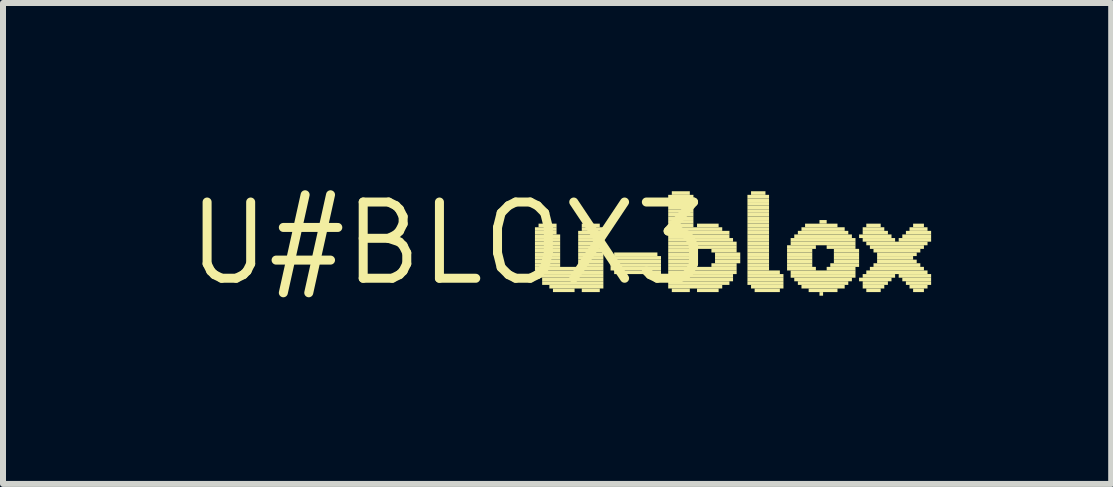
<source format=kicad_pcb>
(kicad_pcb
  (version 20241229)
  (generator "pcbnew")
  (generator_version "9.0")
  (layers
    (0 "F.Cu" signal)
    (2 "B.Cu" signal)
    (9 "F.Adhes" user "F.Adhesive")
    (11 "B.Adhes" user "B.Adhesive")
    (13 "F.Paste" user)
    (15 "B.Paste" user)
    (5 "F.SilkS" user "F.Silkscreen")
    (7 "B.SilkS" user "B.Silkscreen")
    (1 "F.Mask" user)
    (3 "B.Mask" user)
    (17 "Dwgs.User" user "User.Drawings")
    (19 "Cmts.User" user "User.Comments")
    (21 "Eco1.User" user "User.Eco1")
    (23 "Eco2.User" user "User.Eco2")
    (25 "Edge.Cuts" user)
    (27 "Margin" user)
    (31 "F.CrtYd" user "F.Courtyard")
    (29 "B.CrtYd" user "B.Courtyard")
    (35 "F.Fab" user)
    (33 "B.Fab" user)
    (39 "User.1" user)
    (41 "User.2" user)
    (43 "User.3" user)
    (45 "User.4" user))
  (footprint "U#BLOX3"
    (layer "F.Cu")
    (at 4.422 1.006)
    (property "Reference" "U#BLOX3" (at 0 0 0) (layer "F.SilkS") (effects (font (size 1.27 1.27) (thickness 0.15))))
    (fp_poly (pts (xy 1.44 -0.21) (xy 1.8 -0.21) (xy 1.8 -0.27) (xy 1.44 -0.27)) (stroke (width 0) (type solid)) (fill yes) (layer "F.SilkS"))
    (fp_poly (pts (xy 1.44 -0.15) (xy 1.8 -0.15) (xy 1.8 -0.21) (xy 1.44 -0.21)) (stroke (width 0) (type solid)) (fill yes) (layer "F.SilkS"))
    (fp_poly (pts (xy 1.44 -0.09) (xy 1.86 -0.09) (xy 1.86 -0.15) (xy 1.44 -0.15)) (stroke (width 0) (type solid)) (fill yes) (layer "F.SilkS"))
    (fp_poly (pts (xy 1.44 -0.03) (xy 1.86 -0.03) (xy 1.86 -0.09) (xy 1.44 -0.09)) (stroke (width 0) (type solid)) (fill yes) (layer "F.SilkS"))
    (fp_poly (pts (xy 1.44 0.03) (xy 1.86 0.03) (xy 1.86 -0.03) (xy 1.44 -0.03)) (stroke (width 0) (type solid)) (fill yes) (layer "F.SilkS"))
    (fp_poly (pts (xy 1.44 0.09) (xy 1.86 0.09) (xy 1.86 0.03) (xy 1.44 0.03)) (stroke (width 0) (type solid)) (fill yes) (layer "F.SilkS"))
    (fp_poly (pts (xy 1.44 0.15) (xy 1.86 0.15) (xy 1.86 0.09) (xy 1.44 0.09)) (stroke (width 0) (type solid)) (fill yes) (layer "F.SilkS"))
    (fp_poly (pts (xy 1.44 0.21) (xy 1.86 0.21) (xy 1.86 0.15) (xy 1.44 0.15)) (stroke (width 0) (type solid)) (fill yes) (layer "F.SilkS"))
    (fp_poly (pts (xy 1.44 0.27) (xy 1.86 0.27) (xy 1.86 0.21) (xy 1.44 0.21)) (stroke (width 0) (type solid)) (fill yes) (layer "F.SilkS"))
    (fp_poly (pts (xy 1.44 0.33) (xy 1.86 0.33) (xy 1.86 0.27) (xy 1.44 0.27)) (stroke (width 0) (type solid)) (fill yes) (layer "F.SilkS"))
    (fp_poly (pts (xy 1.44 0.39) (xy 1.86 0.39) (xy 1.86 0.33) (xy 1.44 0.33)) (stroke (width 0) (type solid)) (fill yes) (layer "F.SilkS"))
    (fp_poly (pts (xy 1.44 0.45) (xy 2.58 0.45) (xy 2.58 0.39) (xy 1.44 0.39)) (stroke (width 0) (type solid)) (fill yes) (layer "F.SilkS"))
    (fp_poly (pts (xy 1.5 -0.27) (xy 1.8 -0.27) (xy 1.8 -0.33) (xy 1.5 -0.33)) (stroke (width 0) (type solid)) (fill yes) (layer "F.SilkS"))
    (fp_poly (pts (xy 1.5 0.51) (xy 2.58 0.51) (xy 2.58 0.45) (xy 1.5 0.45)) (stroke (width 0) (type solid)) (fill yes) (layer "F.SilkS"))
    (fp_poly (pts (xy 1.5 0.57) (xy 2.58 0.57) (xy 2.58 0.51) (xy 1.5 0.51)) (stroke (width 0) (type solid)) (fill yes) (layer "F.SilkS"))
    (fp_poly (pts (xy 1.56 0.63) (xy 2.58 0.63) (xy 2.58 0.57) (xy 1.56 0.57)) (stroke (width 0) (type solid)) (fill yes) (layer "F.SilkS"))
    (fp_poly (pts (xy 1.56 0.69) (xy 2.58 0.69) (xy 2.58 0.63) (xy 1.56 0.63)) (stroke (width 0) (type solid)) (fill yes) (layer "F.SilkS"))
    (fp_poly (pts (xy 1.68 0.75) (xy 2.58 0.75) (xy 2.58 0.69) (xy 1.68 0.69)) (stroke (width 0) (type solid)) (fill yes) (layer "F.SilkS"))
    (fp_poly (pts (xy 1.74 0.81) (xy 2.1 0.81) (xy 2.1 0.75) (xy 1.74 0.75)) (stroke (width 0) (type solid)) (fill yes) (layer "F.SilkS"))
    (fp_poly (pts (xy 2.16 -0.15) (xy 2.58 -0.15) (xy 2.58 -0.21) (xy 2.16 -0.21)) (stroke (width 0) (type solid)) (fill yes) (layer "F.SilkS"))
    (fp_poly (pts (xy 2.16 -0.09) (xy 2.58 -0.09) (xy 2.58 -0.15) (xy 2.16 -0.15)) (stroke (width 0) (type solid)) (fill yes) (layer "F.SilkS"))
    (fp_poly (pts (xy 2.16 -0.03) (xy 2.58 -0.03) (xy 2.58 -0.09) (xy 2.16 -0.09)) (stroke (width 0) (type solid)) (fill yes) (layer "F.SilkS"))
    (fp_poly (pts (xy 2.16 0.03) (xy 2.58 0.03) (xy 2.58 -0.03) (xy 2.16 -0.03)) (stroke (width 0) (type solid)) (fill yes) (layer "F.SilkS"))
    (fp_poly (pts (xy 2.16 0.09) (xy 2.58 0.09) (xy 2.58 0.03) (xy 2.16 0.03)) (stroke (width 0) (type solid)) (fill yes) (layer "F.SilkS"))
    (fp_poly (pts (xy 2.16 0.15) (xy 2.58 0.15) (xy 2.58 0.09) (xy 2.16 0.09)) (stroke (width 0) (type solid)) (fill yes) (layer "F.SilkS"))
    (fp_poly (pts (xy 2.16 0.21) (xy 2.58 0.21) (xy 2.58 0.15) (xy 2.16 0.15)) (stroke (width 0) (type solid)) (fill yes) (layer "F.SilkS"))
    (fp_poly (pts (xy 2.16 0.27) (xy 2.58 0.27) (xy 2.58 0.21) (xy 2.16 0.21)) (stroke (width 0) (type solid)) (fill yes) (layer "F.SilkS"))
    (fp_poly (pts (xy 2.16 0.33) (xy 2.58 0.33) (xy 2.58 0.27) (xy 2.16 0.27)) (stroke (width 0) (type solid)) (fill yes) (layer "F.SilkS"))
    (fp_poly (pts (xy 2.16 0.39) (xy 2.58 0.39) (xy 2.58 0.33) (xy 2.16 0.33)) (stroke (width 0) (type solid)) (fill yes) (layer "F.SilkS"))
    (fp_poly (pts (xy 2.22 -0.27) (xy 2.52 -0.27) (xy 2.52 -0.33) (xy 2.22 -0.33)) (stroke (width 0) (type solid)) (fill yes) (layer "F.SilkS"))
    (fp_poly (pts (xy 2.22 -0.21) (xy 2.58 -0.21) (xy 2.58 -0.27) (xy 2.22 -0.27)) (stroke (width 0) (type solid)) (fill yes) (layer "F.SilkS"))
    (fp_poly (pts (xy 2.22 0.81) (xy 2.52 0.81) (xy 2.52 0.75) (xy 2.22 0.75)) (stroke (width 0) (type solid)) (fill yes) (layer "F.SilkS"))
    (fp_poly (pts (xy 2.7 0.27) (xy 3.54 0.27) (xy 3.54 0.21) (xy 2.7 0.21)) (stroke (width 0) (type solid)) (fill yes) (layer "F.SilkS"))
    (fp_poly (pts (xy 2.7 0.33) (xy 3.54 0.33) (xy 3.54 0.27) (xy 2.7 0.27)) (stroke (width 0) (type solid)) (fill yes) (layer "F.SilkS"))
    (fp_poly (pts (xy 2.7 0.39) (xy 3.54 0.39) (xy 3.54 0.33) (xy 2.7 0.33)) (stroke (width 0) (type solid)) (fill yes) (layer "F.SilkS"))
    (fp_poly (pts (xy 2.7 0.45) (xy 3.54 0.45) (xy 3.54 0.39) (xy 2.7 0.39)) (stroke (width 0) (type solid)) (fill yes) (layer "F.SilkS"))
    (fp_poly (pts (xy 2.76 0.21) (xy 3.48 0.21) (xy 3.48 0.15) (xy 2.76 0.15)) (stroke (width 0) (type solid)) (fill yes) (layer "F.SilkS"))
    (fp_poly (pts (xy 2.76 0.51) (xy 3.54 0.51) (xy 3.54 0.45) (xy 2.76 0.45)) (stroke (width 0) (type solid)) (fill yes) (layer "F.SilkS"))
    (fp_poly (pts (xy 3.66 -0.75) (xy 4.08 -0.75) (xy 4.08 -0.81) (xy 3.66 -0.81)) (stroke (width 0) (type solid)) (fill yes) (layer "F.SilkS"))
    (fp_poly (pts (xy 3.66 -0.69) (xy 4.08 -0.69) (xy 4.08 -0.75) (xy 3.66 -0.75)) (stroke (width 0) (type solid)) (fill yes) (layer "F.SilkS"))
    (fp_poly (pts (xy 3.66 -0.63) (xy 4.08 -0.63) (xy 4.08 -0.69) (xy 3.66 -0.69)) (stroke (width 0) (type solid)) (fill yes) (layer "F.SilkS"))
    (fp_poly (pts (xy 3.66 -0.57) (xy 4.08 -0.57) (xy 4.08 -0.63) (xy 3.66 -0.63)) (stroke (width 0) (type solid)) (fill yes) (layer "F.SilkS"))
    (fp_poly (pts (xy 3.66 -0.51) (xy 4.08 -0.51) (xy 4.08 -0.57) (xy 3.66 -0.57)) (stroke (width 0) (type solid)) (fill yes) (layer "F.SilkS"))
    (fp_poly (pts (xy 3.66 -0.45) (xy 4.08 -0.45) (xy 4.08 -0.51) (xy 3.66 -0.51)) (stroke (width 0) (type solid)) (fill yes) (layer "F.SilkS"))
    (fp_poly (pts (xy 3.66 -0.39) (xy 4.08 -0.39) (xy 4.08 -0.45) (xy 3.66 -0.45)) (stroke (width 0) (type solid)) (fill yes) (layer "F.SilkS"))
    (fp_poly (pts (xy 3.66 -0.33) (xy 4.08 -0.33) (xy 4.08 -0.39) (xy 3.66 -0.39)) (stroke (width 0) (type solid)) (fill yes) (layer "F.SilkS"))
    (fp_poly (pts (xy 3.66 -0.27) (xy 4.08 -0.27) (xy 4.08 -0.33) (xy 3.66 -0.33)) (stroke (width 0) (type solid)) (fill yes) (layer "F.SilkS"))
    (fp_poly (pts (xy 3.66 -0.21) (xy 4.56 -0.21) (xy 4.56 -0.27) (xy 3.66 -0.27)) (stroke (width 0) (type solid)) (fill yes) (layer "F.SilkS"))
    (fp_poly (pts (xy 3.66 -0.15) (xy 4.68 -0.15) (xy 4.68 -0.21) (xy 3.66 -0.21)) (stroke (width 0) (type solid)) (fill yes) (layer "F.SilkS"))
    (fp_poly (pts (xy 3.66 -0.09) (xy 4.68 -0.09) (xy 4.68 -0.15) (xy 3.66 -0.15)) (stroke (width 0) (type solid)) (fill yes) (layer "F.SilkS"))
    (fp_poly (pts (xy 3.66 -0.03) (xy 4.74 -0.03) (xy 4.74 -0.09) (xy 3.66 -0.09)) (stroke (width 0) (type solid)) (fill yes) (layer "F.SilkS"))
    (fp_poly (pts (xy 3.66 0.03) (xy 4.8 0.03) (xy 4.8 -0.03) (xy 3.66 -0.03)) (stroke (width 0) (type solid)) (fill yes) (layer "F.SilkS"))
    (fp_poly (pts (xy 3.66 0.09) (xy 4.8 0.09) (xy 4.8 0.03) (xy 3.66 0.03)) (stroke (width 0) (type solid)) (fill yes) (layer "F.SilkS"))
    (fp_poly (pts (xy 3.66 0.15) (xy 4.14 0.15) (xy 4.14 0.09) (xy 3.66 0.09)) (stroke (width 0) (type solid)) (fill yes) (layer "F.SilkS"))
    (fp_poly (pts (xy 3.66 0.21) (xy 4.08 0.21) (xy 4.08 0.15) (xy 3.66 0.15)) (stroke (width 0) (type solid)) (fill yes) (layer "F.SilkS"))
    (fp_poly (pts (xy 3.66 0.27) (xy 4.08 0.27) (xy 4.08 0.21) (xy 3.66 0.21)) (stroke (width 0) (type solid)) (fill yes) (layer "F.SilkS"))
    (fp_poly (pts (xy 3.66 0.33) (xy 4.08 0.33) (xy 4.08 0.27) (xy 3.66 0.27)) (stroke (width 0) (type solid)) (fill yes) (layer "F.SilkS"))
    (fp_poly (pts (xy 3.66 0.39) (xy 4.14 0.39) (xy 4.14 0.33) (xy 3.66 0.33)) (stroke (width 0) (type solid)) (fill yes) (layer "F.SilkS"))
    (fp_poly (pts (xy 3.66 0.45) (xy 4.8 0.45) (xy 4.8 0.39) (xy 3.66 0.39)) (stroke (width 0) (type solid)) (fill yes) (layer "F.SilkS"))
    (fp_poly (pts (xy 3.66 0.51) (xy 4.8 0.51) (xy 4.8 0.45) (xy 3.66 0.45)) (stroke (width 0) (type solid)) (fill yes) (layer "F.SilkS"))
    (fp_poly (pts (xy 3.66 0.57) (xy 4.74 0.57) (xy 4.74 0.51) (xy 3.66 0.51)) (stroke (width 0) (type solid)) (fill yes) (layer "F.SilkS"))
    (fp_poly (pts (xy 3.66 0.63) (xy 4.74 0.63) (xy 4.74 0.57) (xy 3.66 0.57)) (stroke (width 0) (type solid)) (fill yes) (layer "F.SilkS"))
    (fp_poly (pts (xy 3.66 0.69) (xy 4.68 0.69) (xy 4.68 0.63) (xy 3.66 0.63)) (stroke (width 0) (type solid)) (fill yes) (layer "F.SilkS"))
    (fp_poly (pts (xy 3.66 0.75) (xy 4.56 0.75) (xy 4.56 0.69) (xy 3.66 0.69)) (stroke (width 0) (type solid)) (fill yes) (layer "F.SilkS"))
    (fp_poly (pts (xy 3.72 -0.81) (xy 4.02 -0.81) (xy 4.02 -0.87) (xy 3.72 -0.87)) (stroke (width 0) (type solid)) (fill yes) (layer "F.SilkS"))
    (fp_poly (pts (xy 3.72 0.81) (xy 4.02 0.81) (xy 4.02 0.75) (xy 3.72 0.75)) (stroke (width 0) (type solid)) (fill yes) (layer "F.SilkS"))
    (fp_poly (pts (xy 4.14 -0.27) (xy 4.5 -0.27) (xy 4.5 -0.33) (xy 4.14 -0.33)) (stroke (width 0) (type solid)) (fill yes) (layer "F.SilkS"))
    (fp_poly (pts (xy 4.14 0.81) (xy 4.5 0.81) (xy 4.5 0.75) (xy 4.14 0.75)) (stroke (width 0) (type solid)) (fill yes) (layer "F.SilkS"))
    (fp_poly (pts (xy 4.38 0.15) (xy 4.8 0.15) (xy 4.8 0.09) (xy 4.38 0.09)) (stroke (width 0) (type solid)) (fill yes) (layer "F.SilkS"))
    (fp_poly (pts (xy 4.38 0.39) (xy 4.8 0.39) (xy 4.8 0.33) (xy 4.38 0.33)) (stroke (width 0) (type solid)) (fill yes) (layer "F.SilkS"))
    (fp_poly (pts (xy 4.44 0.21) (xy 4.86 0.21) (xy 4.86 0.15) (xy 4.44 0.15)) (stroke (width 0) (type solid)) (fill yes) (layer "F.SilkS"))
    (fp_poly (pts (xy 4.44 0.27) (xy 4.86 0.27) (xy 4.86 0.21) (xy 4.44 0.21)) (stroke (width 0) (type solid)) (fill yes) (layer "F.SilkS"))
    (fp_poly (pts (xy 4.44 0.33) (xy 4.86 0.33) (xy 4.86 0.27) (xy 4.44 0.27)) (stroke (width 0) (type solid)) (fill yes) (layer "F.SilkS"))
    (fp_poly (pts (xy 4.98 -0.75) (xy 5.34 -0.75) (xy 5.34 -0.81) (xy 4.98 -0.81)) (stroke (width 0) (type solid)) (fill yes) (layer "F.SilkS"))
    (fp_poly (pts (xy 4.98 -0.69) (xy 5.34 -0.69) (xy 5.34 -0.75) (xy 4.98 -0.75)) (stroke (width 0) (type solid)) (fill yes) (layer "F.SilkS"))
    (fp_poly (pts (xy 4.98 -0.63) (xy 5.34 -0.63) (xy 5.34 -0.69) (xy 4.98 -0.69)) (stroke (width 0) (type solid)) (fill yes) (layer "F.SilkS"))
    (fp_poly (pts (xy 4.98 -0.57) (xy 5.34 -0.57) (xy 5.34 -0.63) (xy 4.98 -0.63)) (stroke (width 0) (type solid)) (fill yes) (layer "F.SilkS"))
    (fp_poly (pts (xy 4.98 -0.51) (xy 5.34 -0.51) (xy 5.34 -0.57) (xy 4.98 -0.57)) (stroke (width 0) (type solid)) (fill yes) (layer "F.SilkS"))
    (fp_poly (pts (xy 4.98 -0.45) (xy 5.34 -0.45) (xy 5.34 -0.51) (xy 4.98 -0.51)) (stroke (width 0) (type solid)) (fill yes) (layer "F.SilkS"))
    (fp_poly (pts (xy 4.98 -0.39) (xy 5.34 -0.39) (xy 5.34 -0.45) (xy 4.98 -0.45)) (stroke (width 0) (type solid)) (fill yes) (layer "F.SilkS"))
    (fp_poly (pts (xy 4.98 -0.33) (xy 5.34 -0.33) (xy 5.34 -0.39) (xy 4.98 -0.39)) (stroke (width 0) (type solid)) (fill yes) (layer "F.SilkS"))
    (fp_poly (pts (xy 4.98 -0.27) (xy 5.34 -0.27) (xy 5.34 -0.33) (xy 4.98 -0.33)) (stroke (width 0) (type solid)) (fill yes) (layer "F.SilkS"))
    (fp_poly (pts (xy 4.98 -0.21) (xy 5.34 -0.21) (xy 5.34 -0.27) (xy 4.98 -0.27)) (stroke (width 0) (type solid)) (fill yes) (layer "F.SilkS"))
    (fp_poly (pts (xy 4.98 -0.15) (xy 5.34 -0.15) (xy 5.34 -0.21) (xy 4.98 -0.21)) (stroke (width 0) (type solid)) (fill yes) (layer "F.SilkS"))
    (fp_poly (pts (xy 4.98 -0.09) (xy 5.34 -0.09) (xy 5.34 -0.15) (xy 4.98 -0.15)) (stroke (width 0) (type solid)) (fill yes) (layer "F.SilkS"))
    (fp_poly (pts (xy 4.98 -0.03) (xy 5.34 -0.03) (xy 5.34 -0.09) (xy 4.98 -0.09)) (stroke (width 0) (type solid)) (fill yes) (layer "F.SilkS"))
    (fp_poly (pts (xy 4.98 0.03) (xy 5.34 0.03) (xy 5.34 -0.03) (xy 4.98 -0.03)) (stroke (width 0) (type solid)) (fill yes) (layer "F.SilkS"))
    (fp_poly (pts (xy 4.98 0.09) (xy 5.34 0.09) (xy 5.34 0.03) (xy 4.98 0.03)) (stroke (width 0) (type solid)) (fill yes) (layer "F.SilkS"))
    (fp_poly (pts (xy 4.98 0.15) (xy 5.34 0.15) (xy 5.34 0.09) (xy 4.98 0.09)) (stroke (width 0) (type solid)) (fill yes) (layer "F.SilkS"))
    (fp_poly (pts (xy 4.98 0.21) (xy 5.34 0.21) (xy 5.34 0.15) (xy 4.98 0.15)) (stroke (width 0) (type solid)) (fill yes) (layer "F.SilkS"))
    (fp_poly (pts (xy 4.98 0.27) (xy 5.34 0.27) (xy 5.34 0.21) (xy 4.98 0.21)) (stroke (width 0) (type solid)) (fill yes) (layer "F.SilkS"))
    (fp_poly (pts (xy 4.98 0.33) (xy 5.34 0.33) (xy 5.34 0.27) (xy 4.98 0.27)) (stroke (width 0) (type solid)) (fill yes) (layer "F.SilkS"))
    (fp_poly (pts (xy 4.98 0.39) (xy 5.34 0.39) (xy 5.34 0.33) (xy 4.98 0.33)) (stroke (width 0) (type solid)) (fill yes) (layer "F.SilkS"))
    (fp_poly (pts (xy 4.98 0.45) (xy 5.34 0.45) (xy 5.34 0.39) (xy 4.98 0.39)) (stroke (width 0) (type solid)) (fill yes) (layer "F.SilkS"))
    (fp_poly (pts (xy 4.98 0.51) (xy 5.52 0.51) (xy 5.52 0.45) (xy 4.98 0.45)) (stroke (width 0) (type solid)) (fill yes) (layer "F.SilkS"))
    (fp_poly (pts (xy 4.98 0.57) (xy 5.58 0.57) (xy 5.58 0.51) (xy 4.98 0.51)) (stroke (width 0) (type solid)) (fill yes) (layer "F.SilkS"))
    (fp_poly (pts (xy 4.98 0.63) (xy 5.58 0.63) (xy 5.58 0.57) (xy 4.98 0.57)) (stroke (width 0) (type solid)) (fill yes) (layer "F.SilkS"))
    (fp_poly (pts (xy 4.98 0.69) (xy 5.58 0.69) (xy 5.58 0.63) (xy 4.98 0.63)) (stroke (width 0) (type solid)) (fill yes) (layer "F.SilkS"))
    (fp_poly (pts (xy 5.04 -0.81) (xy 5.28 -0.81) (xy 5.28 -0.87) (xy 5.04 -0.87)) (stroke (width 0) (type solid)) (fill yes) (layer "F.SilkS"))
    (fp_poly (pts (xy 5.04 0.75) (xy 5.58 0.75) (xy 5.58 0.69) (xy 5.04 0.69)) (stroke (width 0) (type solid)) (fill yes) (layer "F.SilkS"))
    (fp_poly (pts (xy 5.1 0.81) (xy 5.52 0.81) (xy 5.52 0.75) (xy 5.1 0.75)) (stroke (width 0) (type solid)) (fill yes) (layer "F.SilkS"))
    (fp_poly (pts (xy 5.64 0.09) (xy 6.12 0.09) (xy 6.12 0.03) (xy 5.64 0.03)) (stroke (width 0) (type solid)) (fill yes) (layer "F.SilkS"))
    (fp_poly (pts (xy 5.64 0.15) (xy 6.06 0.15) (xy 6.06 0.09) (xy 5.64 0.09)) (stroke (width 0) (type solid)) (fill yes) (layer "F.SilkS"))
    (fp_poly (pts (xy 5.64 0.21) (xy 6.06 0.21) (xy 6.06 0.15) (xy 5.64 0.15)) (stroke (width 0) (type solid)) (fill yes) (layer "F.SilkS"))
    (fp_poly (pts (xy 5.64 0.27) (xy 6.06 0.27) (xy 6.06 0.21) (xy 5.64 0.21)) (stroke (width 0) (type solid)) (fill yes) (layer "F.SilkS"))
    (fp_poly (pts (xy 5.64 0.33) (xy 6.06 0.33) (xy 6.06 0.27) (xy 5.64 0.27)) (stroke (width 0) (type solid)) (fill yes) (layer "F.SilkS"))
    (fp_poly (pts (xy 5.64 0.39) (xy 6.06 0.39) (xy 6.06 0.33) (xy 5.64 0.33)) (stroke (width 0) (type solid)) (fill yes) (layer "F.SilkS"))
    (fp_poly (pts (xy 5.64 0.45) (xy 6.12 0.45) (xy 6.12 0.39) (xy 5.64 0.39)) (stroke (width 0) (type solid)) (fill yes) (layer "F.SilkS"))
    (fp_poly (pts (xy 5.7 -0.03) (xy 6.78 -0.03) (xy 6.78 -0.09) (xy 5.7 -0.09)) (stroke (width 0) (type solid)) (fill yes) (layer "F.SilkS"))
    (fp_poly (pts (xy 5.7 0.03) (xy 6.78 0.03) (xy 6.78 -0.03) (xy 5.7 -0.03)) (stroke (width 0) (type solid)) (fill yes) (layer "F.SilkS"))
    (fp_poly (pts (xy 5.7 0.51) (xy 6.78 0.51) (xy 6.78 0.45) (xy 5.7 0.45)) (stroke (width 0) (type solid)) (fill yes) (layer "F.SilkS"))
    (fp_poly (pts (xy 5.7 0.57) (xy 6.78 0.57) (xy 6.78 0.51) (xy 5.7 0.51)) (stroke (width 0) (type solid)) (fill yes) (layer "F.SilkS"))
    (fp_poly (pts (xy 5.76 -0.09) (xy 6.72 -0.09) (xy 6.72 -0.15) (xy 5.76 -0.15)) (stroke (width 0) (type solid)) (fill yes) (layer "F.SilkS"))
    (fp_poly (pts (xy 5.76 0.63) (xy 6.72 0.63) (xy 6.72 0.57) (xy 5.76 0.57)) (stroke (width 0) (type solid)) (fill yes) (layer "F.SilkS"))
    (fp_poly (pts (xy 5.82 -0.15) (xy 6.66 -0.15) (xy 6.66 -0.21) (xy 5.82 -0.21)) (stroke (width 0) (type solid)) (fill yes) (layer "F.SilkS"))
    (fp_poly (pts (xy 5.82 0.69) (xy 6.66 0.69) (xy 6.66 0.63) (xy 5.82 0.63)) (stroke (width 0) (type solid)) (fill yes) (layer "F.SilkS"))
    (fp_poly (pts (xy 5.88 -0.21) (xy 6.6 -0.21) (xy 6.6 -0.27) (xy 5.88 -0.27)) (stroke (width 0) (type solid)) (fill yes) (layer "F.SilkS"))
    (fp_poly (pts (xy 5.88 0.75) (xy 6.6 0.75) (xy 6.6 0.69) (xy 5.88 0.69)) (stroke (width 0) (type solid)) (fill yes) (layer "F.SilkS"))
    (fp_poly (pts (xy 5.94 -0.27) (xy 6.48 -0.27) (xy 6.48 -0.33) (xy 5.94 -0.33)) (stroke (width 0) (type solid)) (fill yes) (layer "F.SilkS"))
    (fp_poly (pts (xy 6 0.81) (xy 6.48 0.81) (xy 6.48 0.75) (xy 6 0.75)) (stroke (width 0) (type solid)) (fill yes) (layer "F.SilkS"))
    (fp_poly (pts (xy 6.18 -0.33) (xy 6.3 -0.33) (xy 6.3 -0.39) (xy 6.18 -0.39)) (stroke (width 0) (type solid)) (fill yes) (layer "F.SilkS"))
    (fp_poly (pts (xy 6.18 0.87) (xy 6.24 0.87) (xy 6.24 0.81) (xy 6.18 0.81)) (stroke (width 0) (type solid)) (fill yes) (layer "F.SilkS"))
    (fp_poly (pts (xy 6.3 0.09) (xy 6.78 0.09) (xy 6.78 0.03) (xy 6.3 0.03)) (stroke (width 0) (type solid)) (fill yes) (layer "F.SilkS"))
    (fp_poly (pts (xy 6.3 0.45) (xy 6.78 0.45) (xy 6.78 0.39) (xy 6.3 0.39)) (stroke (width 0) (type solid)) (fill yes) (layer "F.SilkS"))
    (fp_poly (pts (xy 6.36 0.39) (xy 6.84 0.39) (xy 6.84 0.33) (xy 6.36 0.33)) (stroke (width 0) (type solid)) (fill yes) (layer "F.SilkS"))
    (fp_poly (pts (xy 6.42 0.15) (xy 6.84 0.15) (xy 6.84 0.09) (xy 6.42 0.09)) (stroke (width 0) (type solid)) (fill yes) (layer "F.SilkS"))
    (fp_poly (pts (xy 6.42 0.21) (xy 6.84 0.21) (xy 6.84 0.15) (xy 6.42 0.15)) (stroke (width 0) (type solid)) (fill yes) (layer "F.SilkS"))
    (fp_poly (pts (xy 6.42 0.27) (xy 6.84 0.27) (xy 6.84 0.21) (xy 6.42 0.21)) (stroke (width 0) (type solid)) (fill yes) (layer "F.SilkS"))
    (fp_poly (pts (xy 6.42 0.33) (xy 6.84 0.33) (xy 6.84 0.27) (xy 6.42 0.27)) (stroke (width 0) (type solid)) (fill yes) (layer "F.SilkS"))
    (fp_poly (pts (xy 6.84 -0.09) (xy 7.38 -0.09) (xy 7.38 -0.15) (xy 6.84 -0.15)) (stroke (width 0) (type solid)) (fill yes) (layer "F.SilkS"))
    (fp_poly (pts (xy 6.84 0.63) (xy 7.38 0.63) (xy 7.38 0.57) (xy 6.84 0.57)) (stroke (width 0) (type solid)) (fill yes) (layer "F.SilkS"))
    (fp_poly (pts (xy 6.9 -0.21) (xy 7.26 -0.21) (xy 7.26 -0.27) (xy 6.9 -0.27)) (stroke (width 0) (type solid)) (fill yes) (layer "F.SilkS"))
    (fp_poly (pts (xy 6.9 -0.15) (xy 7.32 -0.15) (xy 7.32 -0.21) (xy 6.9 -0.21)) (stroke (width 0) (type solid)) (fill yes) (layer "F.SilkS"))
    (fp_poly (pts (xy 6.9 -0.03) (xy 7.44 -0.03) (xy 7.44 -0.09) (xy 6.9 -0.09)) (stroke (width 0) (type solid)) (fill yes) (layer "F.SilkS"))
    (fp_poly (pts (xy 6.9 0.57) (xy 7.44 0.57) (xy 7.44 0.51) (xy 6.9 0.51)) (stroke (width 0) (type solid)) (fill yes) (layer "F.SilkS"))
    (fp_poly (pts (xy 6.9 0.69) (xy 7.32 0.69) (xy 7.32 0.63) (xy 6.9 0.63)) (stroke (width 0) (type solid)) (fill yes) (layer "F.SilkS"))
    (fp_poly (pts (xy 6.9 0.75) (xy 7.26 0.75) (xy 7.26 0.69) (xy 6.9 0.69)) (stroke (width 0) (type solid)) (fill yes) (layer "F.SilkS"))
    (fp_poly (pts (xy 6.96 -0.27) (xy 7.2 -0.27) (xy 7.2 -0.33) (xy 6.96 -0.33)) (stroke (width 0) (type solid)) (fill yes) (layer "F.SilkS"))
    (fp_poly (pts (xy 6.96 0.03) (xy 7.98 0.03) (xy 7.98 -0.03) (xy 6.96 -0.03)) (stroke (width 0) (type solid)) (fill yes) (layer "F.SilkS"))
    (fp_poly (pts (xy 6.96 0.51) (xy 7.98 0.51) (xy 7.98 0.45) (xy 6.96 0.45)) (stroke (width 0) (type solid)) (fill yes) (layer "F.SilkS"))
    (fp_poly (pts (xy 6.96 0.81) (xy 7.2 0.81) (xy 7.2 0.75) (xy 6.96 0.75)) (stroke (width 0) (type solid)) (fill yes) (layer "F.SilkS"))
    (fp_poly (pts (xy 7.02 0.09) (xy 7.92 0.09) (xy 7.92 0.03) (xy 7.02 0.03)) (stroke (width 0) (type solid)) (fill yes) (layer "F.SilkS"))
    (fp_poly (pts (xy 7.02 0.45) (xy 7.92 0.45) (xy 7.92 0.39) (xy 7.02 0.39)) (stroke (width 0) (type solid)) (fill yes) (layer "F.SilkS"))
    (fp_poly (pts (xy 7.08 0.15) (xy 7.86 0.15) (xy 7.86 0.09) (xy 7.08 0.09)) (stroke (width 0) (type solid)) (fill yes) (layer "F.SilkS"))
    (fp_poly (pts (xy 7.08 0.39) (xy 7.86 0.39) (xy 7.86 0.33) (xy 7.08 0.33)) (stroke (width 0) (type solid)) (fill yes) (layer "F.SilkS"))
    (fp_poly (pts (xy 7.14 0.21) (xy 7.8 0.21) (xy 7.8 0.15) (xy 7.14 0.15)) (stroke (width 0) (type solid)) (fill yes) (layer "F.SilkS"))
    (fp_poly (pts (xy 7.14 0.27) (xy 7.74 0.27) (xy 7.74 0.21) (xy 7.14 0.21)) (stroke (width 0) (type solid)) (fill yes) (layer "F.SilkS"))
    (fp_poly (pts (xy 7.14 0.33) (xy 7.8 0.33) (xy 7.8 0.27) (xy 7.14 0.27)) (stroke (width 0) (type solid)) (fill yes) (layer "F.SilkS"))
    (fp_poly (pts (xy 7.5 -0.03) (xy 8.04 -0.03) (xy 8.04 -0.09) (xy 7.5 -0.09)) (stroke (width 0) (type solid)) (fill yes) (layer "F.SilkS"))
    (fp_poly (pts (xy 7.5 0.57) (xy 8.04 0.57) (xy 8.04 0.51) (xy 7.5 0.51)) (stroke (width 0) (type solid)) (fill yes) (layer "F.SilkS"))
    (fp_poly (pts (xy 7.56 -0.09) (xy 8.04 -0.09) (xy 8.04 -0.15) (xy 7.56 -0.15)) (stroke (width 0) (type solid)) (fill yes) (layer "F.SilkS"))
    (fp_poly (pts (xy 7.56 0.63) (xy 8.04 0.63) (xy 8.04 0.57) (xy 7.56 0.57)) (stroke (width 0) (type solid)) (fill yes) (layer "F.SilkS"))
    (fp_poly (pts (xy 7.62 -0.15) (xy 8.04 -0.15) (xy 8.04 -0.21) (xy 7.62 -0.21)) (stroke (width 0) (type solid)) (fill yes) (layer "F.SilkS"))
    (fp_poly (pts (xy 7.62 0.69) (xy 8.04 0.69) (xy 8.04 0.63) (xy 7.62 0.63)) (stroke (width 0) (type solid)) (fill yes) (layer "F.SilkS"))
    (fp_poly (pts (xy 7.68 -0.21) (xy 7.98 -0.21) (xy 7.98 -0.27) (xy 7.68 -0.27)) (stroke (width 0) (type solid)) (fill yes) (layer "F.SilkS"))
    (fp_poly (pts (xy 7.68 0.75) (xy 7.98 0.75) (xy 7.98 0.69) (xy 7.68 0.69)) (stroke (width 0) (type solid)) (fill yes) (layer "F.SilkS"))
    (fp_poly (pts (xy 7.74 -0.27) (xy 7.92 -0.27) (xy 7.92 -0.33) (xy 7.74 -0.33)) (stroke (width 0) (type solid)) (fill yes) (layer "F.SilkS"))
    (fp_poly (pts (xy 7.74 0.81) (xy 7.92 0.81) (xy 7.92 0.75) (xy 7.74 0.75)) (stroke (width 0) (type solid)) (fill yes) (layer "F.SilkS")))
  (gr_rect
    (start -3 -3)
    (end 15.462 5.012)
    (stroke (width 0.1) (type default))
    (fill no)
    (layer "Edge.Cuts")))
</source>
